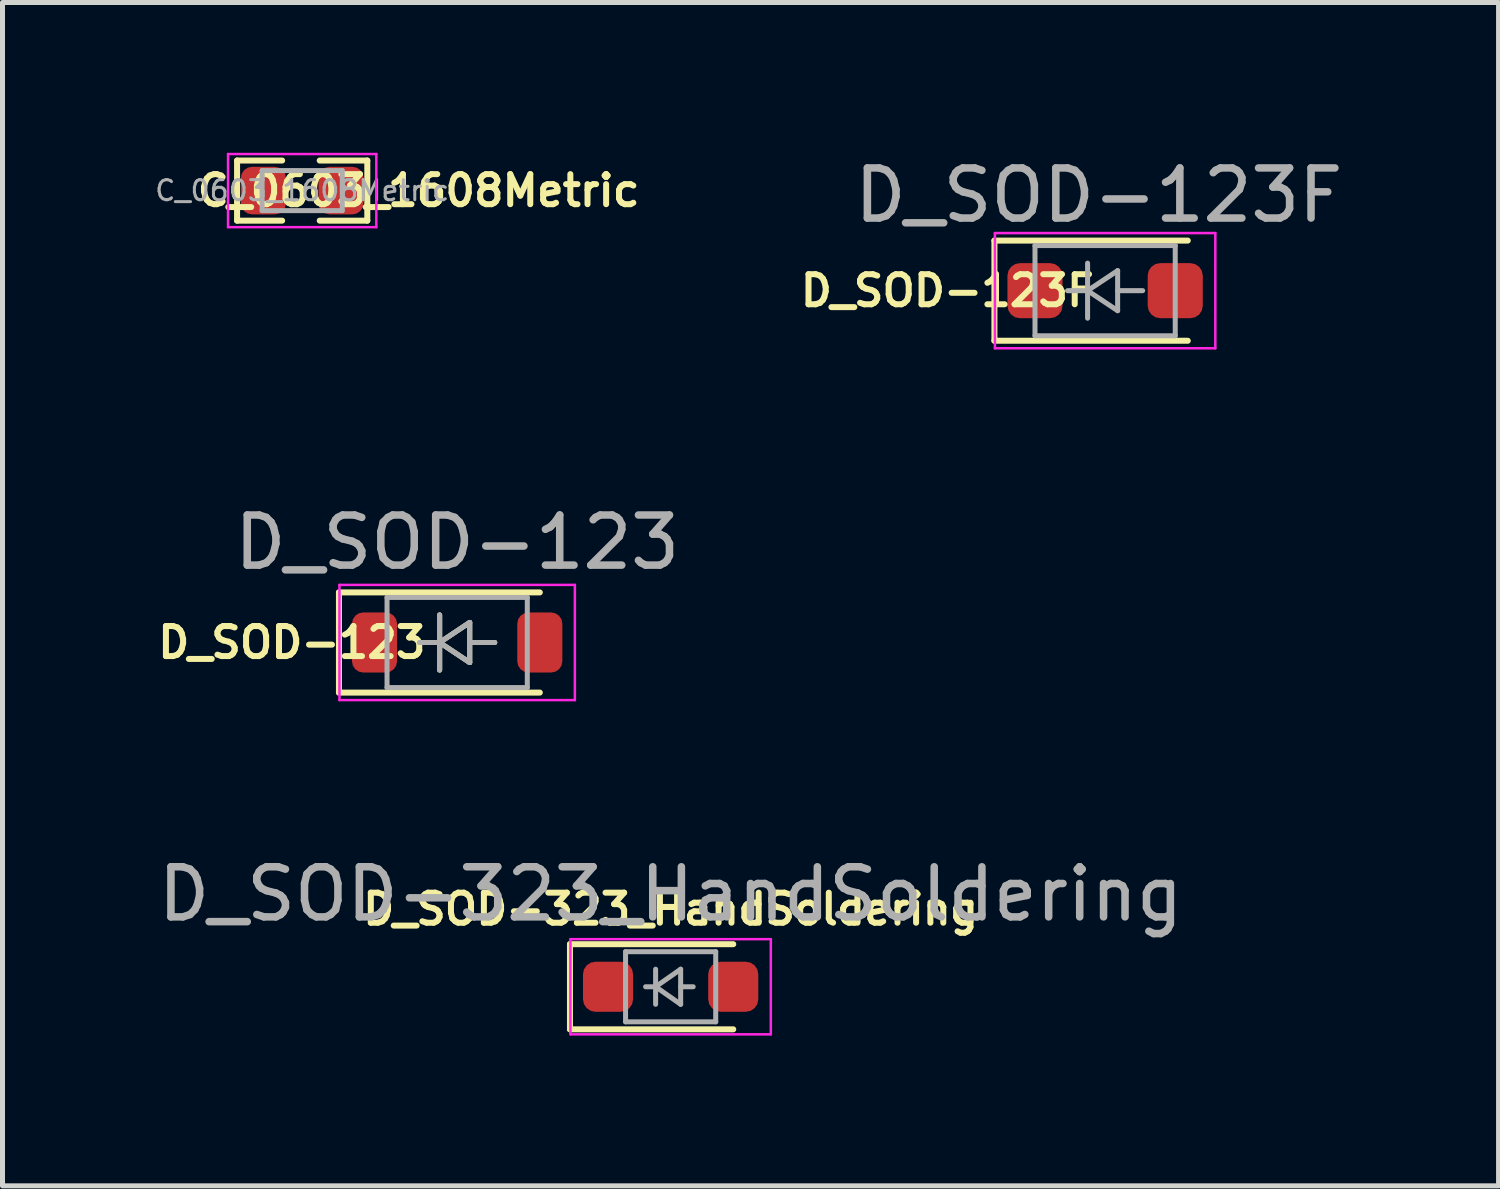
<source format=kicad_pcb>
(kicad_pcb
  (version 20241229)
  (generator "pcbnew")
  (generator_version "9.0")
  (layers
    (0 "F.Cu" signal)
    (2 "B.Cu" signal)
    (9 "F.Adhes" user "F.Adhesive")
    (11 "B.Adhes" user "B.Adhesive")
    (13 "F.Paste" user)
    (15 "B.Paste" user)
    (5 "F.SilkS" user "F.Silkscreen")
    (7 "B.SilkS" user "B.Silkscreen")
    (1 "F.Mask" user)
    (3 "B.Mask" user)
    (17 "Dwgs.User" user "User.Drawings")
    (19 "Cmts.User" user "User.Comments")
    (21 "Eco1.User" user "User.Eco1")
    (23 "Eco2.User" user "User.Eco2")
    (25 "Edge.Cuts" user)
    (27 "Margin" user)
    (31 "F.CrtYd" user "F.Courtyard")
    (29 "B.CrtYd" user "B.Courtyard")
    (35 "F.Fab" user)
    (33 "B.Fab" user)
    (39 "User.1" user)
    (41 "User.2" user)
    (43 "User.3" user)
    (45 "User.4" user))
  (footprint "D_SOD-123"
    (layer "F.Cu")
    (at 6.077 9.777)
    (property "Reference" "D_SOD-123" (at -3.3 0 0) (layer "F.SilkS") (effects (font (size 0.6 0.6) (thickness 0.12))))
    (attr smd)
    (fp_line (start -2.36 -1) (end -2.36 1) (stroke (width 0.12) (type solid)) (layer "F.SilkS"))
    (fp_line (start -2.36 -1) (end 1.65 -1) (stroke (width 0.12) (type solid)) (layer "F.SilkS"))
    (fp_line (start -2.36 1) (end 1.65 1) (stroke (width 0.12) (type solid)) (layer "F.SilkS"))
    (fp_line (start -0.75 0) (end -0.35 0) (stroke (width 0.1) (type solid)) (layer "F.SilkS"))
    (fp_line (start -0.35 0) (end -0.35 -0.55) (stroke (width 0.1) (type solid)) (layer "F.SilkS"))
    (fp_line (start -0.35 0) (end -0.35 0.55) (stroke (width 0.1) (type solid)) (layer "F.SilkS"))
    (fp_line (start -0.35 0) (end 0.25 -0.4) (stroke (width 0.1) (type solid)) (layer "F.SilkS"))
    (fp_line (start 0.25 -0.4) (end 0.25 0.4) (stroke (width 0.1) (type solid)) (layer "F.SilkS"))
    (fp_line (start 0.25 0) (end 0.75 0) (stroke (width 0.1) (type solid)) (layer "F.SilkS"))
    (fp_line (start 0.25 0.4) (end -0.35 0) (stroke (width 0.1) (type solid)) (layer "F.SilkS"))
    (fp_line (start -2.35 -1.15) (end -2.35 1.15) (stroke (width 0.05) (type solid)) (layer "F.CrtYd"))
    (fp_line (start -2.35 -1.15) (end 2.35 -1.15) (stroke (width 0.05) (type solid)) (layer "F.CrtYd"))
    (fp_line (start 2.35 -1.15) (end 2.35 1.15) (stroke (width 0.05) (type solid)) (layer "F.CrtYd"))
    (fp_line (start 2.35 1.15) (end -2.35 1.15) (stroke (width 0.05) (type solid)) (layer "F.CrtYd"))
    (fp_line (start -1.4 -0.9) (end 1.4 -0.9) (stroke (width 0.1) (type solid)) (layer "F.Fab"))
    (fp_line (start -1.4 0.9) (end -1.4 -0.9) (stroke (width 0.1) (type solid)) (layer "F.Fab"))
    (fp_line (start -0.75 0) (end -0.35 0) (stroke (width 0.1) (type solid)) (layer "F.Fab"))
    (fp_line (start -0.75 0) (end -0.35 0) (stroke (width 0.1) (type solid)) (layer "F.Fab"))
    (fp_line (start -0.35 0) (end -0.35 -0.55) (stroke (width 0.1) (type solid)) (layer "F.Fab"))
    (fp_line (start -0.35 0) (end -0.35 -0.55) (stroke (width 0.1) (type solid)) (layer "F.Fab"))
    (fp_line (start -0.35 0) (end -0.35 0.55) (stroke (width 0.1) (type solid)) (layer "F.Fab"))
    (fp_line (start -0.35 0) (end -0.35 0.55) (stroke (width 0.1) (type solid)) (layer "F.Fab"))
    (fp_line (start -0.35 0) (end 0.25 -0.4) (stroke (width 0.1) (type solid)) (layer "F.Fab"))
    (fp_line (start -0.35 0) (end 0.25 -0.4) (stroke (width 0.1) (type solid)) (layer "F.Fab"))
    (fp_line (start 0.25 -0.4) (end 0.25 0.4) (stroke (width 0.1) (type solid)) (layer "F.Fab"))
    (fp_line (start 0.25 -0.4) (end 0.25 0.4) (stroke (width 0.1) (type solid)) (layer "F.Fab"))
    (fp_line (start 0.25 0) (end 0.75 0) (stroke (width 0.1) (type solid)) (layer "F.Fab"))
    (fp_line (start 0.25 0) (end 0.75 0) (stroke (width 0.1) (type solid)) (layer "F.Fab"))
    (fp_line (start 0.25 0.4) (end -0.35 0) (stroke (width 0.1) (type solid)) (layer "F.Fab"))
    (fp_line (start 0.25 0.4) (end -0.35 0) (stroke (width 0.1) (type solid)) (layer "F.Fab"))
    (fp_line (start 1.4 -0.9) (end 1.4 0.9) (stroke (width 0.1) (type solid)) (layer "F.Fab"))
    (fp_line (start 1.4 0.9) (end -1.4 0.9) (stroke (width 0.1) (type solid)) (layer "F.Fab"))
    (fp_text user "${REFERENCE}" (at 0 -2 0) (layer "F.Fab") (effects (font (size 1 1) (thickness 0.15))))
    (pad "1" smd roundrect (at -1.65 0) (size 0.9 1.2) (layers "F.Cu" "F.Mask" "F.Paste") (roundrect_rratio 0.25))
    (pad "2" smd roundrect (at 1.65 0) (size 0.9 1.2) (layers "F.Cu" "F.Mask" "F.Paste") (roundrect_rratio 0.25)))
  (footprint "D_SOD-123F"
    (layer "F.Cu")
    (at 19.013 2.753)
    (property "Reference" "D_SOD-123F" (at -3.15 0 0) (layer "F.SilkS") (effects (font (size 0.6 0.6) (thickness 0.12))))
    (attr smd)
    (fp_line (start -2.21 -1) (end -2.21 1) (stroke (width 0.12) (type solid)) (layer "F.SilkS"))
    (fp_line (start -2.21 -1) (end 1.65 -1) (stroke (width 0.12) (type solid)) (layer "F.SilkS"))
    (fp_line (start -2.21 1) (end 1.65 1) (stroke (width 0.12) (type solid)) (layer "F.SilkS"))
    (fp_line (start -2.2 -1.15) (end -2.2 1.15) (stroke (width 0.05) (type solid)) (layer "F.CrtYd"))
    (fp_line (start -2.2 -1.15) (end 2.2 -1.15) (stroke (width 0.05) (type solid)) (layer "F.CrtYd"))
    (fp_line (start 2.2 -1.15) (end 2.2 1.15) (stroke (width 0.05) (type solid)) (layer "F.CrtYd"))
    (fp_line (start 2.2 1.15) (end -2.2 1.15) (stroke (width 0.05) (type solid)) (layer "F.CrtYd"))
    (fp_line (start -1.4 -0.9) (end 1.4 -0.9) (stroke (width 0.1) (type solid)) (layer "F.Fab"))
    (fp_line (start -1.4 0.9) (end -1.4 -0.9) (stroke (width 0.1) (type solid)) (layer "F.Fab"))
    (fp_line (start -0.75 0) (end -0.35 0) (stroke (width 0.1) (type solid)) (layer "F.Fab"))
    (fp_line (start -0.35 0) (end -0.35 -0.55) (stroke (width 0.1) (type solid)) (layer "F.Fab"))
    (fp_line (start -0.35 0) (end -0.35 0.55) (stroke (width 0.1) (type solid)) (layer "F.Fab"))
    (fp_line (start -0.35 0) (end 0.25 -0.4) (stroke (width 0.1) (type solid)) (layer "F.Fab"))
    (fp_line (start 0.25 -0.4) (end 0.25 0.4) (stroke (width 0.1) (type solid)) (layer "F.Fab"))
    (fp_line (start 0.25 0) (end 0.75 0) (stroke (width 0.1) (type solid)) (layer "F.Fab"))
    (fp_line (start 0.25 0.4) (end -0.35 0) (stroke (width 0.1) (type solid)) (layer "F.Fab"))
    (fp_line (start 1.4 -0.9) (end 1.4 0.9) (stroke (width 0.1) (type solid)) (layer "F.Fab"))
    (fp_line (start 1.4 0.9) (end -1.4 0.9) (stroke (width 0.1) (type solid)) (layer "F.Fab"))
    (fp_text user "${REFERENCE}" (at -0.127 -1.905 0) (layer "F.Fab") (effects (font (size 1 1) (thickness 0.15))))
    (pad "1" smd roundrect (at -1.4 0) (size 1.1 1.1) (layers "F.Cu" "F.Mask" "F.Paste") (roundrect_rratio 0.227))
    (pad "2" smd roundrect (at 1.4 0) (size 1.1 1.1) (layers "F.Cu" "F.Mask" "F.Paste") (roundrect_rratio 0.227)))
  (footprint "D_SOD-323_HandSoldering"
    (layer "F.Cu")
    (at 10.339 16.65)
    (property "Reference" "D_SOD-323_HandSoldering" (at 0 -1.55 0) (layer "F.SilkS") (effects (font (size 0.6 0.6) (thickness 0.12))))
    (attr smd)
    (fp_line (start -2.01 -0.85) (end -2.01 0.85) (stroke (width 0.12) (type solid)) (layer "F.SilkS"))
    (fp_line (start -2.01 -0.85) (end 1.25 -0.85) (stroke (width 0.12) (type solid)) (layer "F.SilkS"))
    (fp_line (start -2.01 0.85) (end 1.25 0.85) (stroke (width 0.12) (type solid)) (layer "F.SilkS"))
    (fp_line (start -2 -0.95) (end -2 0.95) (stroke (width 0.05) (type solid)) (layer "F.CrtYd"))
    (fp_line (start -2 -0.95) (end 2 -0.95) (stroke (width 0.05) (type solid)) (layer "F.CrtYd"))
    (fp_line (start -2 0.95) (end 2 0.95) (stroke (width 0.05) (type solid)) (layer "F.CrtYd"))
    (fp_line (start 2 -0.95) (end 2 0.95) (stroke (width 0.05) (type solid)) (layer "F.CrtYd"))
    (fp_line (start -0.9 -0.7) (end 0.9 -0.7) (stroke (width 0.1) (type solid)) (layer "F.Fab"))
    (fp_line (start -0.9 0.7) (end -0.9 -0.7) (stroke (width 0.1) (type solid)) (layer "F.Fab"))
    (fp_line (start -0.3 -0.35) (end -0.3 0.35) (stroke (width 0.1) (type solid)) (layer "F.Fab"))
    (fp_line (start -0.3 0) (end -0.5 0) (stroke (width 0.1) (type solid)) (layer "F.Fab"))
    (fp_line (start -0.3 0) (end 0.2 -0.35) (stroke (width 0.1) (type solid)) (layer "F.Fab"))
    (fp_line (start 0.2 -0.35) (end 0.2 0.35) (stroke (width 0.1) (type solid)) (layer "F.Fab"))
    (fp_line (start 0.2 0) (end 0.45 0) (stroke (width 0.1) (type solid)) (layer "F.Fab"))
    (fp_line (start 0.2 0.35) (end -0.3 0) (stroke (width 0.1) (type solid)) (layer "F.Fab"))
    (fp_line (start 0.9 -0.7) (end 0.9 0.7) (stroke (width 0.1) (type solid)) (layer "F.Fab"))
    (fp_line (start 0.9 0.7) (end -0.9 0.7) (stroke (width 0.1) (type solid)) (layer "F.Fab"))
    (fp_text user "${REFERENCE}" (at 0 -1.85 0) (layer "F.Fab") (effects (font (size 1 1) (thickness 0.15))))
    (pad "1" smd roundrect (at -1.25 0) (size 1 1) (layers "F.Cu" "F.Mask" "F.Paste") (roundrect_rratio 0.25))
    (pad "2" smd roundrect (at 1.25 0) (size 1 1) (layers "F.Cu" "F.Mask" "F.Paste") (roundrect_rratio 0.25)))
  (footprint "C_0603_1608Metric"
    (layer "F.Cu")
    (at 2.983 0.755)
    (property "Reference" "C_0603_1608Metric" (at 2.325 0 0) (layer "F.SilkS") (effects (font (size 0.6 0.6) (thickness 0.12))))
    (attr smd)
    (fp_line (start -1.3 -0.6) (end -1.3 0.6) (stroke (width 0.12) (type default)) (layer "F.SilkS"))
    (fp_line (start -1.3 0.6) (end -0.4 0.6) (stroke (width 0.12) (type default)) (layer "F.SilkS"))
    (fp_line (start -0.4 -0.6) (end -1.3 -0.6) (stroke (width 0.12) (type default)) (layer "F.SilkS"))
    (fp_line (start 0.35 0.6) (end 1.3 0.6) (stroke (width 0.12) (type default)) (layer "F.SilkS"))
    (fp_line (start 1.3 -0.6) (end 0.35 -0.6) (stroke (width 0.12) (type default)) (layer "F.SilkS"))
    (fp_line (start 1.3 0.6) (end 1.3 -0.6) (stroke (width 0.12) (type default)) (layer "F.SilkS"))
    (fp_line (start -1.48 -0.73) (end 1.48 -0.73) (stroke (width 0.05) (type solid)) (layer "F.CrtYd"))
    (fp_line (start -1.48 0.73) (end -1.48 -0.73) (stroke (width 0.05) (type solid)) (layer "F.CrtYd"))
    (fp_line (start 1.48 -0.73) (end 1.48 0.73) (stroke (width 0.05) (type solid)) (layer "F.CrtYd"))
    (fp_line (start 1.48 0.73) (end -1.48 0.73) (stroke (width 0.05) (type solid)) (layer "F.CrtYd"))
    (fp_line (start -0.8 -0.4) (end 0.8 -0.4) (stroke (width 0.1) (type solid)) (layer "F.Fab"))
    (fp_line (start -0.8 0.4) (end -0.8 -0.4) (stroke (width 0.1) (type solid)) (layer "F.Fab"))
    (fp_line (start 0.8 -0.4) (end 0.8 0.4) (stroke (width 0.1) (type solid)) (layer "F.Fab"))
    (fp_line (start 0.8 0.4) (end -0.8 0.4) (stroke (width 0.1) (type solid)) (layer "F.Fab"))
    (fp_text user "${REFERENCE}" (at 0 0 0) (layer "F.Fab") (effects (font (size 0.4 0.4) (thickness 0.06))))
    (pad "1" smd roundrect (at -0.775 0) (size 0.9 0.95) (layers "F.Cu" "F.Mask" "F.Paste") (roundrect_rratio 0.25))
    (pad "2" smd roundrect (at 0.775 0) (size 0.9 0.95) (layers "F.Cu" "F.Mask" "F.Paste") (roundrect_rratio 0.25)))
  (gr_rect
    (start -3 -3)
    (end 26.868 20.625)
    (stroke (width 0.1) (type default))
    (fill no)
    (layer "Edge.Cuts")))
</source>
